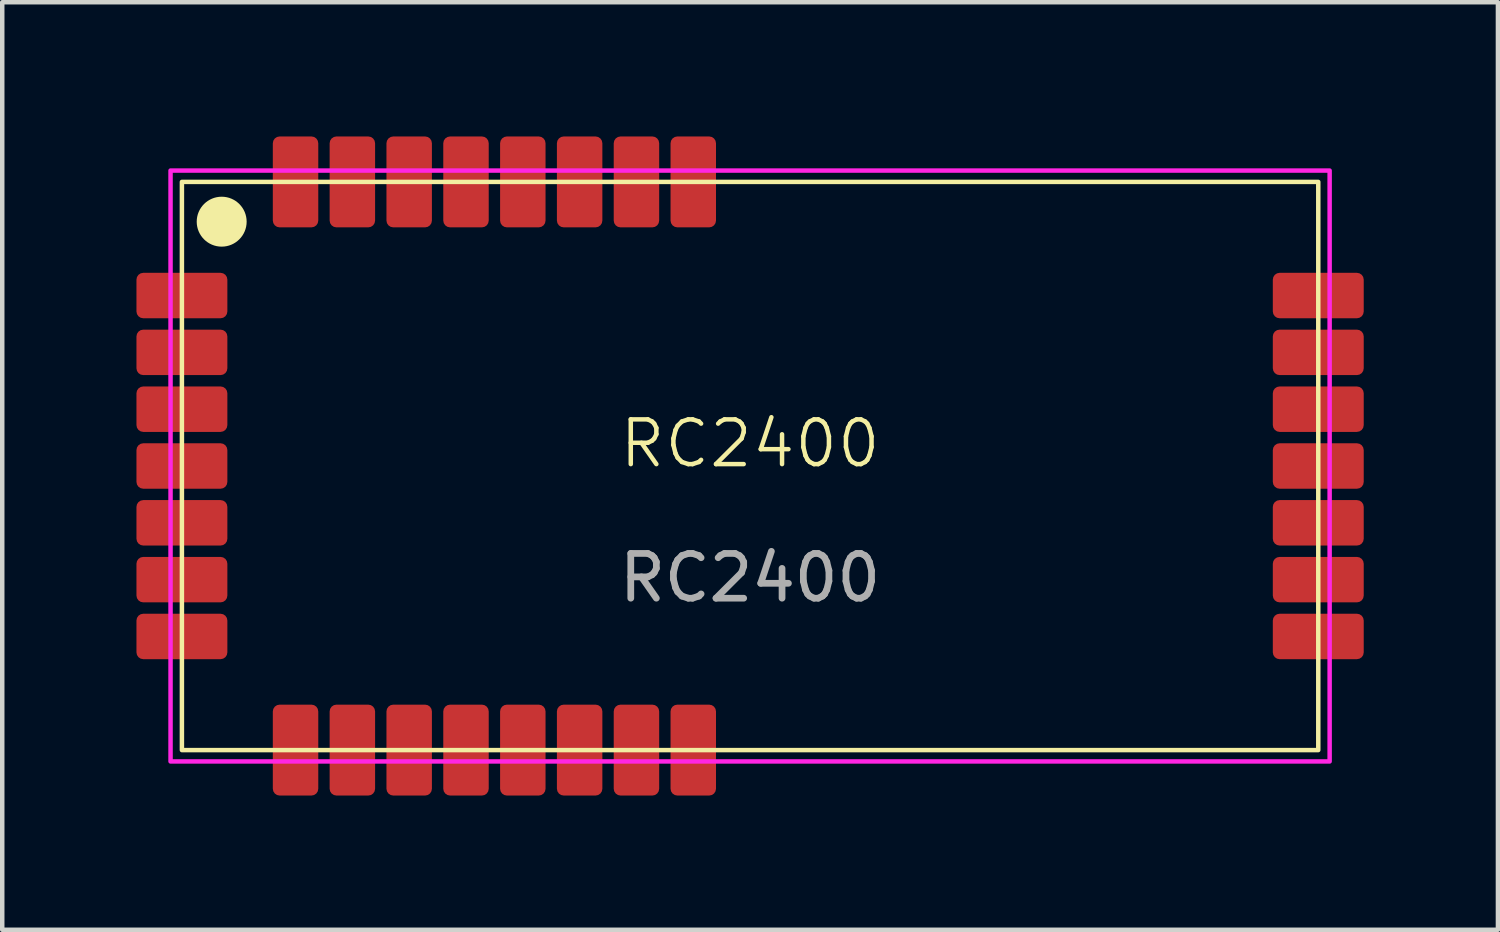
<source format=kicad_pcb>
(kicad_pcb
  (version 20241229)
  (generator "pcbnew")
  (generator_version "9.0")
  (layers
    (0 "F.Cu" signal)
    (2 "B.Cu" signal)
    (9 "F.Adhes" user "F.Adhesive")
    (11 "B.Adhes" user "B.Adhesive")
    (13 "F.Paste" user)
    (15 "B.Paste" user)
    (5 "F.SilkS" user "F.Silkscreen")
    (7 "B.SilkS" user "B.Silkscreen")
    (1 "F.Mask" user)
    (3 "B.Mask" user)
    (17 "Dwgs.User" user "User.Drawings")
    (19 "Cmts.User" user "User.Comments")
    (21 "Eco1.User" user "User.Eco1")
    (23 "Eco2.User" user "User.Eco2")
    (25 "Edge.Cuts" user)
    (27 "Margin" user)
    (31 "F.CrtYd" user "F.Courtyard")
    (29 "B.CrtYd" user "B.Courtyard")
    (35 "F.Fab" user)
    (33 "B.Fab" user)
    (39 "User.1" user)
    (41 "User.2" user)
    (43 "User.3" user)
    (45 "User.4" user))
  (footprint "RC2400"
    (layer "F.Cu")
    (at 13.716 7.366)
    (property "Reference" "RC2400" (at 0 -0.5 0) (unlocked yes) (layer "F.SilkS") (effects (font (size 1 1) (thickness 0.1))))
    (attr smd)
    (fp_rect (start -12.7 -6.35) (end 12.7 6.35) (stroke (width 0.1) (type solid)) (fill no) (layer "F.SilkS"))
    (fp_circle (center -11.811 -5.461) (end -11.303 -5.461) (stroke (width 0.1) (type solid)) (fill yes) (layer "F.SilkS"))
    (fp_rect (start -12.954 -6.604) (end 12.954 6.604) (stroke (width 0.1) (type solid)) (fill no) (layer "F.CrtYd"))
    (fp_text user "${REFERENCE}" (at 0 2.5 0) (unlocked yes) (layer "F.Fab") (effects (font (size 1 1) (thickness 0.15))))
    (pad "1" smd roundrect (at -12.7 -3.81) (size 2.032 1.016) (layers "F.Cu" "F.Mask" "F.Paste") (roundrect_rratio 0.15))
    (pad "2" smd roundrect (at -12.7 -2.54) (size 2.032 1.016) (layers "F.Cu" "F.Mask" "F.Paste") (roundrect_rratio 0.15))
    (pad "3" smd roundrect (at -12.7 -1.27) (size 2.032 1.016) (layers "F.Cu" "F.Mask" "F.Paste") (roundrect_rratio 0.15))
    (pad "4" smd roundrect (at -12.7 0) (size 2.032 1.016) (layers "F.Cu" "F.Mask" "F.Paste") (roundrect_rratio 0.15))
    (pad "5" smd roundrect (at -12.7 1.27) (size 2.032 1.016) (layers "F.Cu" "F.Mask" "F.Paste") (roundrect_rratio 0.15))
    (pad "6" smd roundrect (at -12.7 2.54) (size 2.032 1.016) (layers "F.Cu" "F.Mask" "F.Paste") (roundrect_rratio 0.15))
    (pad "7" smd roundrect (at -12.7 3.81) (size 2.032 1.016) (layers "F.Cu" "F.Mask" "F.Paste") (roundrect_rratio 0.15))
    (pad "8" smd roundrect (at 12.7 3.81) (size 2.032 1.016) (layers "F.Cu" "F.Mask" "F.Paste") (roundrect_rratio 0.15))
    (pad "9" smd roundrect (at 12.7 2.54) (size 2.032 1.016) (layers "F.Cu" "F.Mask" "F.Paste") (roundrect_rratio 0.15))
    (pad "10" smd roundrect (at 12.7 1.27) (size 2.032 1.016) (layers "F.Cu" "F.Mask" "F.Paste") (roundrect_rratio 0.15))
    (pad "11" smd roundrect (at 12.7 0) (size 2.032 1.016) (layers "F.Cu" "F.Mask" "F.Paste") (roundrect_rratio 0.15))
    (pad "12" smd roundrect (at 12.7 -1.27) (size 2.032 1.016) (layers "F.Cu" "F.Mask" "F.Paste") (roundrect_rratio 0.15))
    (pad "13" smd roundrect (at 12.7 -2.54) (size 2.032 1.016) (layers "F.Cu" "F.Mask" "F.Paste") (roundrect_rratio 0.15))
    (pad "14" smd roundrect (at 12.7 -3.81) (size 2.032 1.016) (layers "F.Cu" "F.Mask" "F.Paste") (roundrect_rratio 0.15))
    (pad "15" smd roundrect (at -10.16 6.35 90) (size 2.032 1.016) (layers "F.Cu" "F.Mask" "F.Paste") (roundrect_rratio 0.15))
    (pad "16" smd roundrect (at -8.89 6.35 90) (size 2.032 1.016) (layers "F.Cu" "F.Mask" "F.Paste") (roundrect_rratio 0.15))
    (pad "17" smd roundrect (at -7.62 6.35 90) (size 2.032 1.016) (layers "F.Cu" "F.Mask" "F.Paste") (roundrect_rratio 0.15))
    (pad "18" smd roundrect (at -6.35 6.35 90) (size 2.032 1.016) (layers "F.Cu" "F.Mask" "F.Paste") (roundrect_rratio 0.15))
    (pad "19" smd roundrect (at -5.08 6.35 90) (size 2.032 1.016) (layers "F.Cu" "F.Mask" "F.Paste") (roundrect_rratio 0.15))
    (pad "20" smd roundrect (at -3.81 6.35 90) (size 2.032 1.016) (layers "F.Cu" "F.Mask" "F.Paste") (roundrect_rratio 0.15))
    (pad "21" smd roundrect (at -2.54 6.35 90) (size 2.032 1.016) (layers "F.Cu" "F.Mask" "F.Paste") (roundrect_rratio 0.15))
    (pad "22" smd roundrect (at -1.27 6.35 90) (size 2.032 1.016) (layers "F.Cu" "F.Mask" "F.Paste") (roundrect_rratio 0.15))
    (pad "23" smd roundrect (at -1.27 -6.35 90) (size 2.032 1.016) (layers "F.Cu" "F.Mask" "F.Paste") (roundrect_rratio 0.15))
    (pad "24" smd roundrect (at -2.54 -6.35 90) (size 2.032 1.016) (layers "F.Cu" "F.Mask" "F.Paste") (roundrect_rratio 0.15))
    (pad "25" smd roundrect (at -3.81 -6.35 90) (size 2.032 1.016) (layers "F.Cu" "F.Mask" "F.Paste") (roundrect_rratio 0.15))
    (pad "26" smd roundrect (at -5.08 -6.35 90) (size 2.032 1.016) (layers "F.Cu" "F.Mask" "F.Paste") (roundrect_rratio 0.15))
    (pad "27" smd roundrect (at -6.35 -6.35 90) (size 2.032 1.016) (layers "F.Cu" "F.Mask" "F.Paste") (roundrect_rratio 0.15))
    (pad "28" smd roundrect (at -7.62 -6.35 90) (size 2.032 1.016) (layers "F.Cu" "F.Mask" "F.Paste") (roundrect_rratio 0.15))
    (pad "29" smd roundrect (at -8.89 -6.35 90) (size 2.032 1.016) (layers "F.Cu" "F.Mask" "F.Paste") (roundrect_rratio 0.15))
    (pad "30" smd roundrect (at -10.16 -6.35 90) (size 2.032 1.016) (layers "F.Cu" "F.Mask" "F.Paste") (roundrect_rratio 0.15)))
  (gr_rect
    (start -3 -3)
    (end 30.432 17.732)
    (stroke (width 0.1) (type default))
    (fill no)
    (layer "Edge.Cuts")))
</source>
